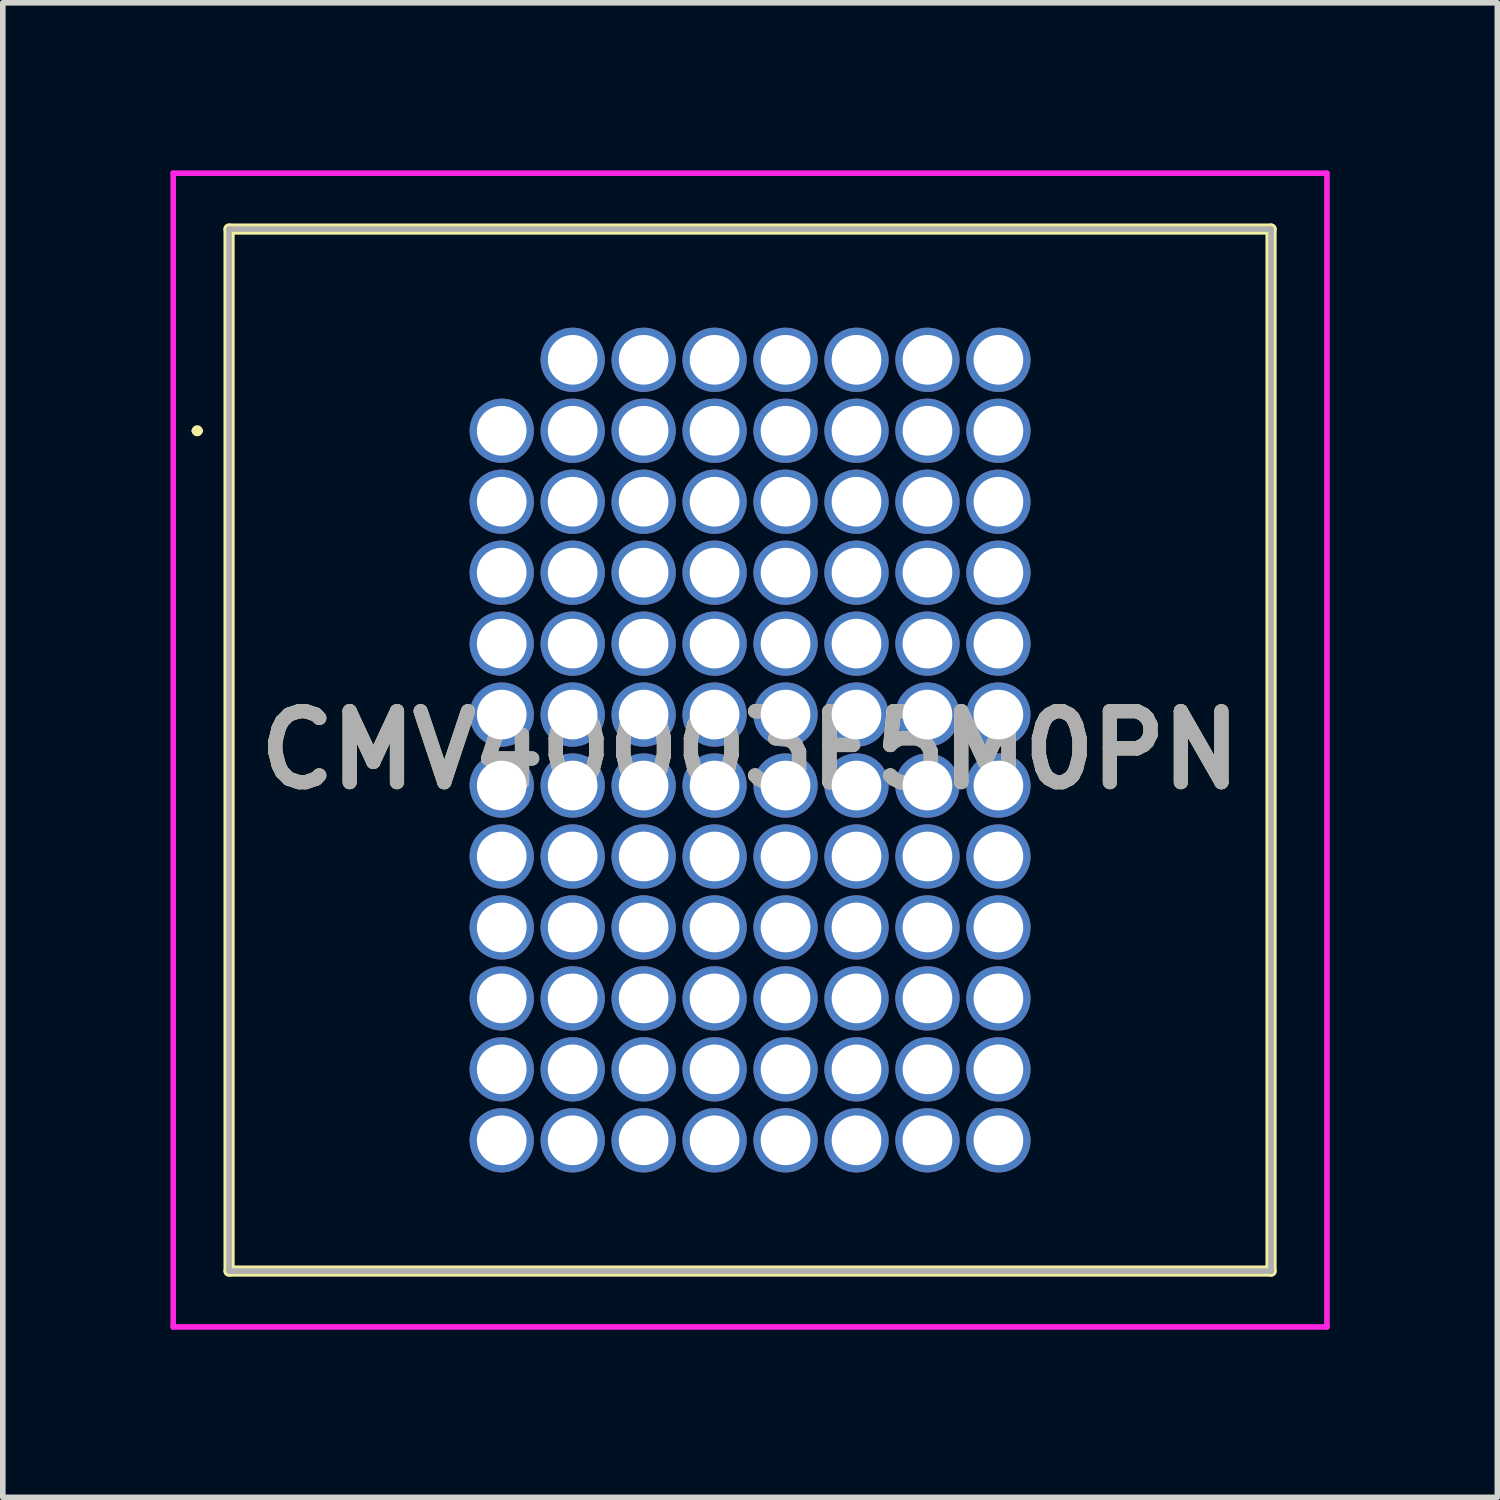
<source format=kicad_pcb>
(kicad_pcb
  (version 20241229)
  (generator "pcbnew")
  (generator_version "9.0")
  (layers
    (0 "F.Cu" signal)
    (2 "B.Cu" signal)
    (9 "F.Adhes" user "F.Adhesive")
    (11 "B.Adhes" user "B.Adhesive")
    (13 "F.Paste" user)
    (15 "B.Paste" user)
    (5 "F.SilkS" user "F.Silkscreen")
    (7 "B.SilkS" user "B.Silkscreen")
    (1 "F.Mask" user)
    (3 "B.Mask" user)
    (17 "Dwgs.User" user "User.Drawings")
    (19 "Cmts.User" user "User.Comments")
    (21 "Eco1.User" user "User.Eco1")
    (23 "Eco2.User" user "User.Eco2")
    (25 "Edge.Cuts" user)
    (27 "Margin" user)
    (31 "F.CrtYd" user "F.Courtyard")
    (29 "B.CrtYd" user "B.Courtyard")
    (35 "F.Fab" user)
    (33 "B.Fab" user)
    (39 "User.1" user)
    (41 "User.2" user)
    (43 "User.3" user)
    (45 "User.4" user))
  (footprint "CMV40003E5M0PN"
    (layer "F.Cu")
    (at 5.93 4.66)
    (property "Reference" "CMV40003E5M0PN" (at 4.445 5.715 0) (layer "F.SilkS") (effects (font (size 1.27 1.27) (thickness 0.254))))
    (attr through_hole)
    (fp_line (start -5.5 0) (end -5.5 0) (stroke (width 0.1) (type solid)) (layer "F.SilkS"))
    (fp_line (start -5.4 0) (end -5.4 0) (stroke (width 0.1) (type solid)) (layer "F.SilkS"))
    (fp_line (start -4.88 -3.61) (end -4.88 15.04) (stroke (width 0.2) (type solid)) (layer "F.SilkS"))
    (fp_line (start -4.88 15.04) (end 13.77 15.04) (stroke (width 0.2) (type solid)) (layer "F.SilkS"))
    (fp_line (start 13.77 -3.61) (end -4.88 -3.61) (stroke (width 0.2) (type solid)) (layer "F.SilkS"))
    (fp_line (start 13.77 15.04) (end 13.77 -3.61) (stroke (width 0.2) (type solid)) (layer "F.SilkS"))
    (fp_arc (start -5.5 0) (mid -5.45 -0.05) (end -5.4 0) (stroke (width 0.1) (type solid)) (layer "F.SilkS"))
    (fp_arc (start -5.4 0) (mid -5.45 0.05) (end -5.5 0) (stroke (width 0.1) (type solid)) (layer "F.SilkS"))
    (fp_line (start -5.88 -4.61) (end -5.88 16.04) (stroke (width 0.1) (type solid)) (layer "F.CrtYd"))
    (fp_line (start -5.88 16.04) (end 14.77 16.04) (stroke (width 0.1) (type solid)) (layer "F.CrtYd"))
    (fp_line (start 14.77 -4.61) (end -5.88 -4.61) (stroke (width 0.1) (type solid)) (layer "F.CrtYd"))
    (fp_line (start 14.77 16.04) (end 14.77 -4.61) (stroke (width 0.1) (type solid)) (layer "F.CrtYd"))
    (fp_line (start -4.88 -3.61) (end -4.88 15.04) (stroke (width 0.1) (type solid)) (layer "F.Fab"))
    (fp_line (start -4.88 15.04) (end 13.77 15.04) (stroke (width 0.1) (type solid)) (layer "F.Fab"))
    (fp_line (start 13.77 -3.61) (end -4.88 -3.61) (stroke (width 0.1) (type solid)) (layer "F.Fab"))
    (fp_line (start 13.77 15.04) (end 13.77 -3.61) (stroke (width 0.1) (type solid)) (layer "F.Fab"))
    (fp_text user "${REFERENCE}" (at 4.445 5.715 0) (layer "F.Fab") (effects (font (size 1.27 1.27) (thickness 0.254))))
    (pad "A2" thru_hole circle (at 0 0) (size 1.15 1.15) (drill 0.889) (layers "*.Cu" "*.Mask"))
    (pad "A3" thru_hole circle (at 0 1.27) (size 1.15 1.15) (drill 0.889) (layers "*.Cu" "*.Mask"))
    (pad "A4" thru_hole circle (at 0 2.54) (size 1.15 1.15) (drill 0.889) (layers "*.Cu" "*.Mask"))
    (pad "A5" thru_hole circle (at 0 3.81) (size 1.15 1.15) (drill 0.889) (layers "*.Cu" "*.Mask"))
    (pad "A6" thru_hole circle (at 0 5.08) (size 1.15 1.15) (drill 0.889) (layers "*.Cu" "*.Mask"))
    (pad "A7" thru_hole circle (at 0 6.35) (size 1.15 1.15) (drill 0.889) (layers "*.Cu" "*.Mask"))
    (pad "A8" thru_hole circle (at 0 7.62) (size 1.15 1.15) (drill 0.889) (layers "*.Cu" "*.Mask"))
    (pad "A9" thru_hole circle (at 0 8.89) (size 1.15 1.15) (drill 0.889) (layers "*.Cu" "*.Mask"))
    (pad "A10" thru_hole circle (at 0 10.16) (size 1.15 1.15) (drill 0.889) (layers "*.Cu" "*.Mask"))
    (pad "A11" thru_hole circle (at 0 11.43) (size 1.15 1.15) (drill 0.889) (layers "*.Cu" "*.Mask"))
    (pad "A12" thru_hole circle (at 0 12.7) (size 1.15 1.15) (drill 0.889) (layers "*.Cu" "*.Mask"))
    (pad "B1" thru_hole circle (at 1.27 -1.27) (size 1.15 1.15) (drill 0.889) (layers "*.Cu" "*.Mask"))
    (pad "B2" thru_hole circle (at 1.27 0) (size 1.15 1.15) (drill 0.889) (layers "*.Cu" "*.Mask"))
    (pad "B3" thru_hole circle (at 1.27 1.27) (size 1.15 1.15) (drill 0.889) (layers "*.Cu" "*.Mask"))
    (pad "B4" thru_hole circle (at 1.27 2.54) (size 1.15 1.15) (drill 0.889) (layers "*.Cu" "*.Mask"))
    (pad "B5" thru_hole circle (at 1.27 3.81) (size 1.15 1.15) (drill 0.889) (layers "*.Cu" "*.Mask"))
    (pad "B6" thru_hole circle (at 1.27 5.08) (size 1.15 1.15) (drill 0.889) (layers "*.Cu" "*.Mask"))
    (pad "B7" thru_hole circle (at 1.27 6.35) (size 1.15 1.15) (drill 0.889) (layers "*.Cu" "*.Mask"))
    (pad "B8" thru_hole circle (at 1.27 7.62) (size 1.15 1.15) (drill 0.889) (layers "*.Cu" "*.Mask"))
    (pad "B9" thru_hole circle (at 1.27 8.89) (size 1.15 1.15) (drill 0.889) (layers "*.Cu" "*.Mask"))
    (pad "B10" thru_hole circle (at 1.27 10.16) (size 1.15 1.15) (drill 0.889) (layers "*.Cu" "*.Mask"))
    (pad "B11" thru_hole circle (at 1.27 11.43) (size 1.15 1.15) (drill 0.889) (layers "*.Cu" "*.Mask"))
    (pad "B12" thru_hole circle (at 1.27 12.7) (size 1.15 1.15) (drill 0.889) (layers "*.Cu" "*.Mask"))
    (pad "C1" thru_hole circle (at 2.54 -1.27) (size 1.15 1.15) (drill 0.889) (layers "*.Cu" "*.Mask"))
    (pad "C2" thru_hole circle (at 2.54 0) (size 1.15 1.15) (drill 0.889) (layers "*.Cu" "*.Mask"))
    (pad "C3" thru_hole circle (at 2.54 1.27) (size 1.15 1.15) (drill 0.889) (layers "*.Cu" "*.Mask"))
    (pad "C4" thru_hole circle (at 2.54 2.54) (size 1.15 1.15) (drill 0.889) (layers "*.Cu" "*.Mask"))
    (pad "C5" thru_hole circle (at 2.54 3.81) (size 1.15 1.15) (drill 0.889) (layers "*.Cu" "*.Mask"))
    (pad "C6" thru_hole circle (at 2.54 5.08) (size 1.15 1.15) (drill 0.889) (layers "*.Cu" "*.Mask"))
    (pad "C7" thru_hole circle (at 2.54 6.35) (size 1.15 1.15) (drill 0.889) (layers "*.Cu" "*.Mask"))
    (pad "C8" thru_hole circle (at 2.54 7.62) (size 1.15 1.15) (drill 0.889) (layers "*.Cu" "*.Mask"))
    (pad "C9" thru_hole circle (at 2.54 8.89) (size 1.15 1.15) (drill 0.889) (layers "*.Cu" "*.Mask"))
    (pad "C10" thru_hole circle (at 2.54 10.16) (size 1.15 1.15) (drill 0.889) (layers "*.Cu" "*.Mask"))
    (pad "C11" thru_hole circle (at 2.54 11.43) (size 1.15 1.15) (drill 0.889) (layers "*.Cu" "*.Mask"))
    (pad "C12" thru_hole circle (at 2.54 12.7) (size 1.15 1.15) (drill 0.889) (layers "*.Cu" "*.Mask"))
    (pad "D1" thru_hole circle (at 3.81 -1.27) (size 1.15 1.15) (drill 0.889) (layers "*.Cu" "*.Mask"))
    (pad "D2" thru_hole circle (at 3.81 0) (size 1.15 1.15) (drill 0.889) (layers "*.Cu" "*.Mask"))
    (pad "D3" thru_hole circle (at 3.81 1.27) (size 1.15 1.15) (drill 0.889) (layers "*.Cu" "*.Mask"))
    (pad "D4" thru_hole circle (at 3.81 2.54) (size 1.15 1.15) (drill 0.889) (layers "*.Cu" "*.Mask"))
    (pad "D5" thru_hole circle (at 3.81 3.81) (size 1.15 1.15) (drill 0.889) (layers "*.Cu" "*.Mask"))
    (pad "D6" thru_hole circle (at 3.81 5.08) (size 1.15 1.15) (drill 0.889) (layers "*.Cu" "*.Mask"))
    (pad "D7" thru_hole circle (at 3.81 6.35) (size 1.15 1.15) (drill 0.889) (layers "*.Cu" "*.Mask"))
    (pad "D8" thru_hole circle (at 3.81 7.62) (size 1.15 1.15) (drill 0.889) (layers "*.Cu" "*.Mask"))
    (pad "D9" thru_hole circle (at 3.81 8.89) (size 1.15 1.15) (drill 0.889) (layers "*.Cu" "*.Mask"))
    (pad "D10" thru_hole circle (at 3.81 10.16) (size 1.15 1.15) (drill 0.889) (layers "*.Cu" "*.Mask"))
    (pad "D11" thru_hole circle (at 3.81 11.43) (size 1.15 1.15) (drill 0.889) (layers "*.Cu" "*.Mask"))
    (pad "D12" thru_hole circle (at 3.81 12.7) (size 1.15 1.15) (drill 0.889) (layers "*.Cu" "*.Mask"))
    (pad "E1" thru_hole circle (at 5.08 -1.27) (size 1.15 1.15) (drill 0.889) (layers "*.Cu" "*.Mask"))
    (pad "E2" thru_hole circle (at 5.08 0) (size 1.15 1.15) (drill 0.889) (layers "*.Cu" "*.Mask"))
    (pad "E3" thru_hole circle (at 5.08 1.27) (size 1.15 1.15) (drill 0.889) (layers "*.Cu" "*.Mask"))
    (pad "E4" thru_hole circle (at 5.08 2.54) (size 1.15 1.15) (drill 0.889) (layers "*.Cu" "*.Mask"))
    (pad "E5" thru_hole circle (at 5.08 3.81) (size 1.15 1.15) (drill 0.889) (layers "*.Cu" "*.Mask"))
    (pad "E6" thru_hole circle (at 5.08 5.08) (size 1.15 1.15) (drill 0.889) (layers "*.Cu" "*.Mask"))
    (pad "E7" thru_hole circle (at 5.08 6.35) (size 1.15 1.15) (drill 0.889) (layers "*.Cu" "*.Mask"))
    (pad "E8" thru_hole circle (at 5.08 7.62) (size 1.15 1.15) (drill 0.889) (layers "*.Cu" "*.Mask"))
    (pad "E9" thru_hole circle (at 5.08 8.89) (size 1.15 1.15) (drill 0.889) (layers "*.Cu" "*.Mask"))
    (pad "E10" thru_hole circle (at 5.08 10.16) (size 1.15 1.15) (drill 0.889) (layers "*.Cu" "*.Mask"))
    (pad "E11" thru_hole circle (at 5.08 11.43) (size 1.15 1.15) (drill 0.889) (layers "*.Cu" "*.Mask"))
    (pad "E12" thru_hole circle (at 5.08 12.7) (size 1.15 1.15) (drill 0.889) (layers "*.Cu" "*.Mask"))
    (pad "F1" thru_hole circle (at 6.35 -1.27) (size 1.15 1.15) (drill 0.889) (layers "*.Cu" "*.Mask"))
    (pad "F2" thru_hole circle (at 6.35 0) (size 1.15 1.15) (drill 0.889) (layers "*.Cu" "*.Mask"))
    (pad "F3" thru_hole circle (at 6.35 1.27) (size 1.15 1.15) (drill 0.889) (layers "*.Cu" "*.Mask"))
    (pad "F4" thru_hole circle (at 6.35 2.54) (size 1.15 1.15) (drill 0.889) (layers "*.Cu" "*.Mask"))
    (pad "F5" thru_hole circle (at 6.35 3.81) (size 1.15 1.15) (drill 0.889) (layers "*.Cu" "*.Mask"))
    (pad "F6" thru_hole circle (at 6.35 5.08) (size 1.15 1.15) (drill 0.889) (layers "*.Cu" "*.Mask"))
    (pad "F7" thru_hole circle (at 6.35 6.35) (size 1.15 1.15) (drill 0.889) (layers "*.Cu" "*.Mask"))
    (pad "F8" thru_hole circle (at 6.35 7.62) (size 1.15 1.15) (drill 0.889) (layers "*.Cu" "*.Mask"))
    (pad "F9" thru_hole circle (at 6.35 8.89) (size 1.15 1.15) (drill 0.889) (layers "*.Cu" "*.Mask"))
    (pad "F10" thru_hole circle (at 6.35 10.16) (size 1.15 1.15) (drill 0.889) (layers "*.Cu" "*.Mask"))
    (pad "F11" thru_hole circle (at 6.35 11.43) (size 1.15 1.15) (drill 0.889) (layers "*.Cu" "*.Mask"))
    (pad "F12" thru_hole circle (at 6.35 12.7) (size 1.15 1.15) (drill 0.889) (layers "*.Cu" "*.Mask"))
    (pad "G1" thru_hole circle (at 7.62 -1.27) (size 1.15 1.15) (drill 0.889) (layers "*.Cu" "*.Mask"))
    (pad "G2" thru_hole circle (at 7.62 0) (size 1.15 1.15) (drill 0.889) (layers "*.Cu" "*.Mask"))
    (pad "G3" thru_hole circle (at 7.62 1.27) (size 1.15 1.15) (drill 0.889) (layers "*.Cu" "*.Mask"))
    (pad "G4" thru_hole circle (at 7.62 2.54) (size 1.15 1.15) (drill 0.889) (layers "*.Cu" "*.Mask"))
    (pad "G5" thru_hole circle (at 7.62 3.81) (size 1.15 1.15) (drill 0.889) (layers "*.Cu" "*.Mask"))
    (pad "G6" thru_hole circle (at 7.62 5.08) (size 1.15 1.15) (drill 0.889) (layers "*.Cu" "*.Mask"))
    (pad "G7" thru_hole circle (at 7.62 6.35) (size 1.15 1.15) (drill 0.889) (layers "*.Cu" "*.Mask"))
    (pad "G8" thru_hole circle (at 7.62 7.62) (size 1.15 1.15) (drill 0.889) (layers "*.Cu" "*.Mask"))
    (pad "G9" thru_hole circle (at 7.62 8.89) (size 1.15 1.15) (drill 0.889) (layers "*.Cu" "*.Mask"))
    (pad "G10" thru_hole circle (at 7.62 10.16) (size 1.15 1.15) (drill 0.889) (layers "*.Cu" "*.Mask"))
    (pad "G11" thru_hole circle (at 7.62 11.43) (size 1.15 1.15) (drill 0.889) (layers "*.Cu" "*.Mask"))
    (pad "G12" thru_hole circle (at 7.62 12.7) (size 1.15 1.15) (drill 0.889) (layers "*.Cu" "*.Mask"))
    (pad "H1" thru_hole circle (at 8.89 -1.27) (size 1.15 1.15) (drill 0.889) (layers "*.Cu" "*.Mask"))
    (pad "H2" thru_hole circle (at 8.89 0) (size 1.15 1.15) (drill 0.889) (layers "*.Cu" "*.Mask"))
    (pad "H3" thru_hole circle (at 8.89 1.27) (size 1.15 1.15) (drill 0.889) (layers "*.Cu" "*.Mask"))
    (pad "H4" thru_hole circle (at 8.89 2.54) (size 1.15 1.15) (drill 0.889) (layers "*.Cu" "*.Mask"))
    (pad "H5" thru_hole circle (at 8.89 3.81) (size 1.15 1.15) (drill 0.889) (layers "*.Cu" "*.Mask"))
    (pad "H6" thru_hole circle (at 8.89 5.08) (size 1.15 1.15) (drill 0.889) (layers "*.Cu" "*.Mask"))
    (pad "H7" thru_hole circle (at 8.89 6.35) (size 1.15 1.15) (drill 0.889) (layers "*.Cu" "*.Mask"))
    (pad "H8" thru_hole circle (at 8.89 7.62) (size 1.15 1.15) (drill 0.889) (layers "*.Cu" "*.Mask"))
    (pad "H9" thru_hole circle (at 8.89 8.89) (size 1.15 1.15) (drill 0.889) (layers "*.Cu" "*.Mask"))
    (pad "H10" thru_hole circle (at 8.89 10.16) (size 1.15 1.15) (drill 0.889) (layers "*.Cu" "*.Mask"))
    (pad "H11" thru_hole circle (at 8.89 11.43) (size 1.15 1.15) (drill 0.889) (layers "*.Cu" "*.Mask"))
    (pad "H12" thru_hole circle (at 8.89 12.7) (size 1.15 1.15) (drill 0.889) (layers "*.Cu" "*.Mask")))
  (gr_rect
    (start -3 -3)
    (end 23.75 23.75)
    (stroke (width 0.1) (type default))
    (fill no)
    (layer "Edge.Cuts")))
</source>
